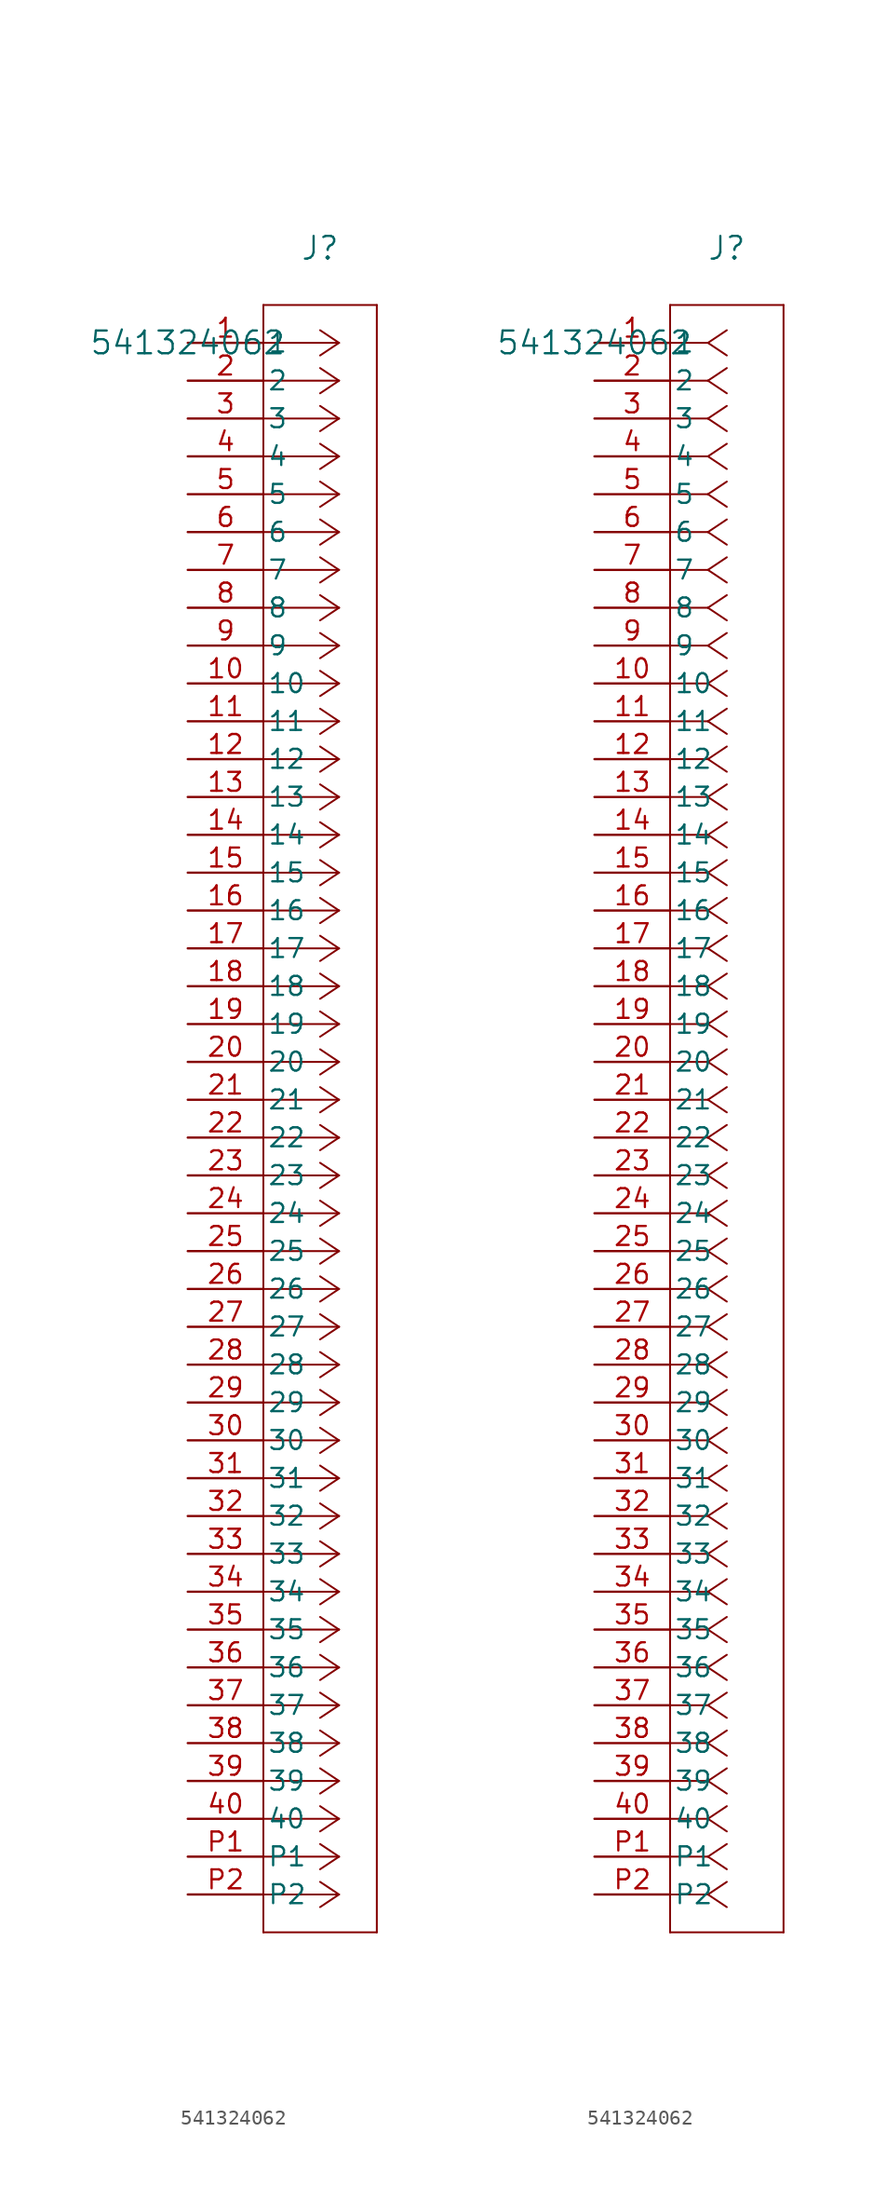
<source format=kicad_sym>
(kicad_symbol_lib
  (version 20231120)
  (generator "kicad_symbol_editor")
  (generator_version "8.0")
  (symbol "541324062"
    (pin_names
      (offset 0.254))
    (property "Reference" "J"
      (at 8.89 6.35 0)
      (effects (font (size 1.524 1.524))))
    (property "Value" "541324062"
      (at 0 0 0)
      (effects (font (size 1.524 1.524))))
    (symbol "541324062_1_1"
      (polyline (pts (xy 5.08 -106.68) (xy 12.7 -106.68)) (stroke (width 0.127) (type default)) (fill (type none)))
      (polyline (pts (xy 5.08 2.54) (xy 5.08 -106.68)) (stroke (width 0.127) (type default)) (fill (type none)))
      (polyline (pts (xy 10.16 -104.14) (xy 5.08 -104.14)) (stroke (width 0.127) (type default)) (fill (type none)))
      (polyline (pts (xy 10.16 -104.14) (xy 8.89 -104.987)) (stroke (width 0.127) (type default)) (fill (type none)))
      (polyline (pts (xy 10.16 -104.14) (xy 8.89 -103.293)) (stroke (width 0.127) (type default)) (fill (type none)))
      (polyline (pts (xy 10.16 -101.6) (xy 5.08 -101.6)) (stroke (width 0.127) (type default)) (fill (type none)))
      (polyline (pts (xy 10.16 -101.6) (xy 8.89 -102.447)) (stroke (width 0.127) (type default)) (fill (type none)))
      (polyline (pts (xy 10.16 -101.6) (xy 8.89 -100.753)) (stroke (width 0.127) (type default)) (fill (type none)))
      (polyline (pts (xy 10.16 -99.06) (xy 5.08 -99.06)) (stroke (width 0.127) (type default)) (fill (type none)))
      (polyline (pts (xy 10.16 -99.06) (xy 8.89 -99.907)) (stroke (width 0.127) (type default)) (fill (type none)))
      (polyline (pts (xy 10.16 -99.06) (xy 8.89 -98.213)) (stroke (width 0.127) (type default)) (fill (type none)))
      (polyline (pts (xy 10.16 -96.52) (xy 5.08 -96.52)) (stroke (width 0.127) (type default)) (fill (type none)))
      (polyline (pts (xy 10.16 -96.52) (xy 8.89 -97.367)) (stroke (width 0.127) (type default)) (fill (type none)))
      (polyline (pts (xy 10.16 -96.52) (xy 8.89 -95.673)) (stroke (width 0.127) (type default)) (fill (type none)))
      (polyline (pts (xy 10.16 -93.98) (xy 5.08 -93.98)) (stroke (width 0.127) (type default)) (fill (type none)))
      (polyline (pts (xy 10.16 -93.98) (xy 8.89 -94.827)) (stroke (width 0.127) (type default)) (fill (type none)))
      (polyline (pts (xy 10.16 -93.98) (xy 8.89 -93.133)) (stroke (width 0.127) (type default)) (fill (type none)))
      (polyline (pts (xy 10.16 -91.44) (xy 5.08 -91.44)) (stroke (width 0.127) (type default)) (fill (type none)))
      (polyline (pts (xy 10.16 -91.44) (xy 8.89 -92.287)) (stroke (width 0.127) (type default)) (fill (type none)))
      (polyline (pts (xy 10.16 -91.44) (xy 8.89 -90.593)) (stroke (width 0.127) (type default)) (fill (type none)))
      (polyline (pts (xy 10.16 -88.9) (xy 5.08 -88.9)) (stroke (width 0.127) (type default)) (fill (type none)))
      (polyline (pts (xy 10.16 -88.9) (xy 8.89 -89.747)) (stroke (width 0.127) (type default)) (fill (type none)))
      (polyline (pts (xy 10.16 -88.9) (xy 8.89 -88.053)) (stroke (width 0.127) (type default)) (fill (type none)))
      (polyline (pts (xy 10.16 -86.36) (xy 5.08 -86.36)) (stroke (width 0.127) (type default)) (fill (type none)))
      (polyline (pts (xy 10.16 -86.36) (xy 8.89 -87.207)) (stroke (width 0.127) (type default)) (fill (type none)))
      (polyline (pts (xy 10.16 -86.36) (xy 8.89 -85.513)) (stroke (width 0.127) (type default)) (fill (type none)))
      (polyline (pts (xy 10.16 -83.82) (xy 5.08 -83.82)) (stroke (width 0.127) (type default)) (fill (type none)))
      (polyline (pts (xy 10.16 -83.82) (xy 8.89 -84.667)) (stroke (width 0.127) (type default)) (fill (type none)))
      (polyline (pts (xy 10.16 -83.82) (xy 8.89 -82.973)) (stroke (width 0.127) (type default)) (fill (type none)))
      (polyline (pts (xy 10.16 -81.28) (xy 5.08 -81.28)) (stroke (width 0.127) (type default)) (fill (type none)))
      (polyline (pts (xy 10.16 -81.28) (xy 8.89 -82.127)) (stroke (width 0.127) (type default)) (fill (type none)))
      (polyline (pts (xy 10.16 -81.28) (xy 8.89 -80.433)) (stroke (width 0.127) (type default)) (fill (type none)))
      (polyline (pts (xy 10.16 -78.74) (xy 5.08 -78.74)) (stroke (width 0.127) (type default)) (fill (type none)))
      (polyline (pts (xy 10.16 -78.74) (xy 8.89 -79.587)) (stroke (width 0.127) (type default)) (fill (type none)))
      (polyline (pts (xy 10.16 -78.74) (xy 8.89 -77.893)) (stroke (width 0.127) (type default)) (fill (type none)))
      (polyline (pts (xy 10.16 -76.2) (xy 5.08 -76.2)) (stroke (width 0.127) (type default)) (fill (type none)))
      (polyline (pts (xy 10.16 -76.2) (xy 8.89 -77.047)) (stroke (width 0.127) (type default)) (fill (type none)))
      (polyline (pts (xy 10.16 -76.2) (xy 8.89 -75.353)) (stroke (width 0.127) (type default)) (fill (type none)))
      (polyline (pts (xy 10.16 -73.66) (xy 5.08 -73.66)) (stroke (width 0.127) (type default)) (fill (type none)))
      (polyline (pts (xy 10.16 -73.66) (xy 8.89 -74.507)) (stroke (width 0.127) (type default)) (fill (type none)))
      (polyline (pts (xy 10.16 -73.66) (xy 8.89 -72.813)) (stroke (width 0.127) (type default)) (fill (type none)))
      (polyline (pts (xy 10.16 -71.12) (xy 5.08 -71.12)) (stroke (width 0.127) (type default)) (fill (type none)))
      (polyline (pts (xy 10.16 -71.12) (xy 8.89 -71.967)) (stroke (width 0.127) (type default)) (fill (type none)))
      (polyline (pts (xy 10.16 -71.12) (xy 8.89 -70.273)) (stroke (width 0.127) (type default)) (fill (type none)))
      (polyline (pts (xy 10.16 -68.58) (xy 5.08 -68.58)) (stroke (width 0.127) (type default)) (fill (type none)))
      (polyline (pts (xy 10.16 -68.58) (xy 8.89 -69.427)) (stroke (width 0.127) (type default)) (fill (type none)))
      (polyline (pts (xy 10.16 -68.58) (xy 8.89 -67.733)) (stroke (width 0.127) (type default)) (fill (type none)))
      (polyline (pts (xy 10.16 -66.04) (xy 5.08 -66.04)) (stroke (width 0.127) (type default)) (fill (type none)))
      (polyline (pts (xy 10.16 -66.04) (xy 8.89 -66.887)) (stroke (width 0.127) (type default)) (fill (type none)))
      (polyline (pts (xy 10.16 -66.04) (xy 8.89 -65.193)) (stroke (width 0.127) (type default)) (fill (type none)))
      (polyline (pts (xy 10.16 -63.5) (xy 5.08 -63.5)) (stroke (width 0.127) (type default)) (fill (type none)))
      (polyline (pts (xy 10.16 -63.5) (xy 8.89 -64.347)) (stroke (width 0.127) (type default)) (fill (type none)))
      (polyline (pts (xy 10.16 -63.5) (xy 8.89 -62.653)) (stroke (width 0.127) (type default)) (fill (type none)))
      (polyline (pts (xy 10.16 -60.96) (xy 5.08 -60.96)) (stroke (width 0.127) (type default)) (fill (type none)))
      (polyline (pts (xy 10.16 -60.96) (xy 8.89 -61.807)) (stroke (width 0.127) (type default)) (fill (type none)))
      (polyline (pts (xy 10.16 -60.96) (xy 8.89 -60.113)) (stroke (width 0.127) (type default)) (fill (type none)))
      (polyline (pts (xy 10.16 -58.42) (xy 5.08 -58.42)) (stroke (width 0.127) (type default)) (fill (type none)))
      (polyline (pts (xy 10.16 -58.42) (xy 8.89 -59.267)) (stroke (width 0.127) (type default)) (fill (type none)))
      (polyline (pts (xy 10.16 -58.42) (xy 8.89 -57.573)) (stroke (width 0.127) (type default)) (fill (type none)))
      (polyline (pts (xy 10.16 -55.88) (xy 5.08 -55.88)) (stroke (width 0.127) (type default)) (fill (type none)))
      (polyline (pts (xy 10.16 -55.88) (xy 8.89 -56.727)) (stroke (width 0.127) (type default)) (fill (type none)))
      (polyline (pts (xy 10.16 -55.88) (xy 8.89 -55.033)) (stroke (width 0.127) (type default)) (fill (type none)))
      (polyline (pts (xy 10.16 -53.34) (xy 5.08 -53.34)) (stroke (width 0.127) (type default)) (fill (type none)))
      (polyline (pts (xy 10.16 -53.34) (xy 8.89 -54.187)) (stroke (width 0.127) (type default)) (fill (type none)))
      (polyline (pts (xy 10.16 -53.34) (xy 8.89 -52.493)) (stroke (width 0.127) (type default)) (fill (type none)))
      (polyline (pts (xy 10.16 -50.8) (xy 5.08 -50.8)) (stroke (width 0.127) (type default)) (fill (type none)))
      (polyline (pts (xy 10.16 -50.8) (xy 8.89 -51.647)) (stroke (width 0.127) (type default)) (fill (type none)))
      (polyline (pts (xy 10.16 -50.8) (xy 8.89 -49.953)) (stroke (width 0.127) (type default)) (fill (type none)))
      (polyline (pts (xy 10.16 -48.26) (xy 5.08 -48.26)) (stroke (width 0.127) (type default)) (fill (type none)))
      (polyline (pts (xy 10.16 -48.26) (xy 8.89 -49.107)) (stroke (width 0.127) (type default)) (fill (type none)))
      (polyline (pts (xy 10.16 -48.26) (xy 8.89 -47.413)) (stroke (width 0.127) (type default)) (fill (type none)))
      (polyline (pts (xy 10.16 -45.72) (xy 5.08 -45.72)) (stroke (width 0.127) (type default)) (fill (type none)))
      (polyline (pts (xy 10.16 -45.72) (xy 8.89 -46.567)) (stroke (width 0.127) (type default)) (fill (type none)))
      (polyline (pts (xy 10.16 -45.72) (xy 8.89 -44.873)) (stroke (width 0.127) (type default)) (fill (type none)))
      (polyline (pts (xy 10.16 -43.18) (xy 5.08 -43.18)) (stroke (width 0.127) (type default)) (fill (type none)))
      (polyline (pts (xy 10.16 -43.18) (xy 8.89 -44.027)) (stroke (width 0.127) (type default)) (fill (type none)))
      (polyline (pts (xy 10.16 -43.18) (xy 8.89 -42.333)) (stroke (width 0.127) (type default)) (fill (type none)))
      (polyline (pts (xy 10.16 -40.64) (xy 5.08 -40.64)) (stroke (width 0.127) (type default)) (fill (type none)))
      (polyline (pts (xy 10.16 -40.64) (xy 8.89 -41.487)) (stroke (width 0.127) (type default)) (fill (type none)))
      (polyline (pts (xy 10.16 -40.64) (xy 8.89 -39.793)) (stroke (width 0.127) (type default)) (fill (type none)))
      (polyline (pts (xy 10.16 -38.1) (xy 5.08 -38.1)) (stroke (width 0.127) (type default)) (fill (type none)))
      (polyline (pts (xy 10.16 -38.1) (xy 8.89 -38.947)) (stroke (width 0.127) (type default)) (fill (type none)))
      (polyline (pts (xy 10.16 -38.1) (xy 8.89 -37.253)) (stroke (width 0.127) (type default)) (fill (type none)))
      (polyline (pts (xy 10.16 -35.56) (xy 5.08 -35.56)) (stroke (width 0.127) (type default)) (fill (type none)))
      (polyline (pts (xy 10.16 -35.56) (xy 8.89 -36.407)) (stroke (width 0.127) (type default)) (fill (type none)))
      (polyline (pts (xy 10.16 -35.56) (xy 8.89 -34.713)) (stroke (width 0.127) (type default)) (fill (type none)))
      (polyline (pts (xy 10.16 -33.02) (xy 5.08 -33.02)) (stroke (width 0.127) (type default)) (fill (type none)))
      (polyline (pts (xy 10.16 -33.02) (xy 8.89 -33.867)) (stroke (width 0.127) (type default)) (fill (type none)))
      (polyline (pts (xy 10.16 -33.02) (xy 8.89 -32.173)) (stroke (width 0.127) (type default)) (fill (type none)))
      (polyline (pts (xy 10.16 -30.48) (xy 5.08 -30.48)) (stroke (width 0.127) (type default)) (fill (type none)))
      (polyline (pts (xy 10.16 -30.48) (xy 8.89 -31.327)) (stroke (width 0.127) (type default)) (fill (type none)))
      (polyline (pts (xy 10.16 -30.48) (xy 8.89 -29.633)) (stroke (width 0.127) (type default)) (fill (type none)))
      (polyline (pts (xy 10.16 -27.94) (xy 5.08 -27.94)) (stroke (width 0.127) (type default)) (fill (type none)))
      (polyline (pts (xy 10.16 -27.94) (xy 8.89 -28.787)) (stroke (width 0.127) (type default)) (fill (type none)))
      (polyline (pts (xy 10.16 -27.94) (xy 8.89 -27.093)) (stroke (width 0.127) (type default)) (fill (type none)))
      (polyline (pts (xy 10.16 -25.4) (xy 5.08 -25.4)) (stroke (width 0.127) (type default)) (fill (type none)))
      (polyline (pts (xy 10.16 -25.4) (xy 8.89 -26.247)) (stroke (width 0.127) (type default)) (fill (type none)))
      (polyline (pts (xy 10.16 -25.4) (xy 8.89 -24.553)) (stroke (width 0.127) (type default)) (fill (type none)))
      (polyline (pts (xy 10.16 -22.86) (xy 5.08 -22.86)) (stroke (width 0.127) (type default)) (fill (type none)))
      (polyline (pts (xy 10.16 -22.86) (xy 8.89 -23.707)) (stroke (width 0.127) (type default)) (fill (type none)))
      (polyline (pts (xy 10.16 -22.86) (xy 8.89 -22.013)) (stroke (width 0.127) (type default)) (fill (type none)))
      (polyline (pts (xy 10.16 -20.32) (xy 5.08 -20.32)) (stroke (width 0.127) (type default)) (fill (type none)))
      (polyline (pts (xy 10.16 -20.32) (xy 8.89 -21.167)) (stroke (width 0.127) (type default)) (fill (type none)))
      (polyline (pts (xy 10.16 -20.32) (xy 8.89 -19.473)) (stroke (width 0.127) (type default)) (fill (type none)))
      (polyline (pts (xy 10.16 -17.78) (xy 5.08 -17.78)) (stroke (width 0.127) (type default)) (fill (type none)))
      (polyline (pts (xy 10.16 -17.78) (xy 8.89 -18.627)) (stroke (width 0.127) (type default)) (fill (type none)))
      (polyline (pts (xy 10.16 -17.78) (xy 8.89 -16.933)) (stroke (width 0.127) (type default)) (fill (type none)))
      (polyline (pts (xy 10.16 -15.24) (xy 5.08 -15.24)) (stroke (width 0.127) (type default)) (fill (type none)))
      (polyline (pts (xy 10.16 -15.24) (xy 8.89 -16.087)) (stroke (width 0.127) (type default)) (fill (type none)))
      (polyline (pts (xy 10.16 -15.24) (xy 8.89 -14.393)) (stroke (width 0.127) (type default)) (fill (type none)))
      (polyline (pts (xy 10.16 -12.7) (xy 5.08 -12.7)) (stroke (width 0.127) (type default)) (fill (type none)))
      (polyline (pts (xy 10.16 -12.7) (xy 8.89 -13.547)) (stroke (width 0.127) (type default)) (fill (type none)))
      (polyline (pts (xy 10.16 -12.7) (xy 8.89 -11.853)) (stroke (width 0.127) (type default)) (fill (type none)))
      (polyline (pts (xy 10.16 -10.16) (xy 5.08 -10.16)) (stroke (width 0.127) (type default)) (fill (type none)))
      (polyline (pts (xy 10.16 -10.16) (xy 8.89 -11.007)) (stroke (width 0.127) (type default)) (fill (type none)))
      (polyline (pts (xy 10.16 -10.16) (xy 8.89 -9.313)) (stroke (width 0.127) (type default)) (fill (type none)))
      (polyline (pts (xy 10.16 -7.62) (xy 5.08 -7.62)) (stroke (width 0.127) (type default)) (fill (type none)))
      (polyline (pts (xy 10.16 -7.62) (xy 8.89 -8.467)) (stroke (width 0.127) (type default)) (fill (type none)))
      (polyline (pts (xy 10.16 -7.62) (xy 8.89 -6.773)) (stroke (width 0.127) (type default)) (fill (type none)))
      (polyline (pts (xy 10.16 -5.08) (xy 5.08 -5.08)) (stroke (width 0.127) (type default)) (fill (type none)))
      (polyline (pts (xy 10.16 -5.08) (xy 8.89 -5.927)) (stroke (width 0.127) (type default)) (fill (type none)))
      (polyline (pts (xy 10.16 -5.08) (xy 8.89 -4.233)) (stroke (width 0.127) (type default)) (fill (type none)))
      (polyline (pts (xy 10.16 -2.54) (xy 5.08 -2.54)) (stroke (width 0.127) (type default)) (fill (type none)))
      (polyline (pts (xy 10.16 -2.54) (xy 8.89 -3.387)) (stroke (width 0.127) (type default)) (fill (type none)))
      (polyline (pts (xy 10.16 -2.54) (xy 8.89 -1.693)) (stroke (width 0.127) (type default)) (fill (type none)))
      (polyline (pts (xy 10.16 0) (xy 5.08 0)) (stroke (width 0.127) (type default)) (fill (type none)))
      (polyline (pts (xy 10.16 0) (xy 8.89 -0.847)) (stroke (width 0.127) (type default)) (fill (type none)))
      (polyline (pts (xy 10.16 0) (xy 8.89 0.847)) (stroke (width 0.127) (type default)) (fill (type none)))
      (polyline (pts (xy 12.7 -106.68) (xy 12.7 2.54)) (stroke (width 0.127) (type default)) (fill (type none)))
      (polyline (pts (xy 12.7 2.54) (xy 5.08 2.54)) (stroke (width 0.127) (type default)) (fill (type none)))
      (pin unspecified line (at 0 0 0) (length 5.08) (name "1" (effects (font (size 1.27 1.27)))) (number "1" (effects (font (size 1.27 1.27)))))
      (pin unspecified line (at 0 -22.86 0) (length 5.08) (name "10" (effects (font (size 1.27 1.27)))) (number "10" (effects (font (size 1.27 1.27)))))
      (pin unspecified line (at 0 -25.4 0) (length 5.08) (name "11" (effects (font (size 1.27 1.27)))) (number "11" (effects (font (size 1.27 1.27)))))
      (pin unspecified line (at 0 -27.94 0) (length 5.08) (name "12" (effects (font (size 1.27 1.27)))) (number "12" (effects (font (size 1.27 1.27)))))
      (pin unspecified line (at 0 -30.48 0) (length 5.08) (name "13" (effects (font (size 1.27 1.27)))) (number "13" (effects (font (size 1.27 1.27)))))
      (pin unspecified line (at 0 -33.02 0) (length 5.08) (name "14" (effects (font (size 1.27 1.27)))) (number "14" (effects (font (size 1.27 1.27)))))
      (pin unspecified line (at 0 -35.56 0) (length 5.08) (name "15" (effects (font (size 1.27 1.27)))) (number "15" (effects (font (size 1.27 1.27)))))
      (pin unspecified line (at 0 -38.1 0) (length 5.08) (name "16" (effects (font (size 1.27 1.27)))) (number "16" (effects (font (size 1.27 1.27)))))
      (pin unspecified line (at 0 -40.64 0) (length 5.08) (name "17" (effects (font (size 1.27 1.27)))) (number "17" (effects (font (size 1.27 1.27)))))
      (pin unspecified line (at 0 -43.18 0) (length 5.08) (name "18" (effects (font (size 1.27 1.27)))) (number "18" (effects (font (size 1.27 1.27)))))
      (pin unspecified line (at 0 -45.72 0) (length 5.08) (name "19" (effects (font (size 1.27 1.27)))) (number "19" (effects (font (size 1.27 1.27)))))
      (pin unspecified line (at 0 -2.54 0) (length 5.08) (name "2" (effects (font (size 1.27 1.27)))) (number "2" (effects (font (size 1.27 1.27)))))
      (pin unspecified line (at 0 -48.26 0) (length 5.08) (name "20" (effects (font (size 1.27 1.27)))) (number "20" (effects (font (size 1.27 1.27)))))
      (pin unspecified line (at 0 -50.8 0) (length 5.08) (name "21" (effects (font (size 1.27 1.27)))) (number "21" (effects (font (size 1.27 1.27)))))
      (pin unspecified line (at 0 -53.34 0) (length 5.08) (name "22" (effects (font (size 1.27 1.27)))) (number "22" (effects (font (size 1.27 1.27)))))
      (pin unspecified line (at 0 -55.88 0) (length 5.08) (name "23" (effects (font (size 1.27 1.27)))) (number "23" (effects (font (size 1.27 1.27)))))
      (pin unspecified line (at 0 -58.42 0) (length 5.08) (name "24" (effects (font (size 1.27 1.27)))) (number "24" (effects (font (size 1.27 1.27)))))
      (pin unspecified line (at 0 -60.96 0) (length 5.08) (name "25" (effects (font (size 1.27 1.27)))) (number "25" (effects (font (size 1.27 1.27)))))
      (pin unspecified line (at 0 -63.5 0) (length 5.08) (name "26" (effects (font (size 1.27 1.27)))) (number "26" (effects (font (size 1.27 1.27)))))
      (pin unspecified line (at 0 -66.04 0) (length 5.08) (name "27" (effects (font (size 1.27 1.27)))) (number "27" (effects (font (size 1.27 1.27)))))
      (pin unspecified line (at 0 -68.58 0) (length 5.08) (name "28" (effects (font (size 1.27 1.27)))) (number "28" (effects (font (size 1.27 1.27)))))
      (pin unspecified line (at 0 -71.12 0) (length 5.08) (name "29" (effects (font (size 1.27 1.27)))) (number "29" (effects (font (size 1.27 1.27)))))
      (pin unspecified line (at 0 -5.08 0) (length 5.08) (name "3" (effects (font (size 1.27 1.27)))) (number "3" (effects (font (size 1.27 1.27)))))
      (pin unspecified line (at 0 -73.66 0) (length 5.08) (name "30" (effects (font (size 1.27 1.27)))) (number "30" (effects (font (size 1.27 1.27)))))
      (pin unspecified line (at 0 -76.2 0) (length 5.08) (name "31" (effects (font (size 1.27 1.27)))) (number "31" (effects (font (size 1.27 1.27)))))
      (pin unspecified line (at 0 -78.74 0) (length 5.08) (name "32" (effects (font (size 1.27 1.27)))) (number "32" (effects (font (size 1.27 1.27)))))
      (pin unspecified line (at 0 -81.28 0) (length 5.08) (name "33" (effects (font (size 1.27 1.27)))) (number "33" (effects (font (size 1.27 1.27)))))
      (pin unspecified line (at 0 -83.82 0) (length 5.08) (name "34" (effects (font (size 1.27 1.27)))) (number "34" (effects (font (size 1.27 1.27)))))
      (pin unspecified line (at 0 -86.36 0) (length 5.08) (name "35" (effects (font (size 1.27 1.27)))) (number "35" (effects (font (size 1.27 1.27)))))
      (pin unspecified line (at 0 -88.9 0) (length 5.08) (name "36" (effects (font (size 1.27 1.27)))) (number "36" (effects (font (size 1.27 1.27)))))
      (pin unspecified line (at 0 -91.44 0) (length 5.08) (name "37" (effects (font (size 1.27 1.27)))) (number "37" (effects (font (size 1.27 1.27)))))
      (pin unspecified line (at 0 -93.98 0) (length 5.08) (name "38" (effects (font (size 1.27 1.27)))) (number "38" (effects (font (size 1.27 1.27)))))
      (pin unspecified line (at 0 -96.52 0) (length 5.08) (name "39" (effects (font (size 1.27 1.27)))) (number "39" (effects (font (size 1.27 1.27)))))
      (pin unspecified line (at 0 -7.62 0) (length 5.08) (name "4" (effects (font (size 1.27 1.27)))) (number "4" (effects (font (size 1.27 1.27)))))
      (pin unspecified line (at 0 -99.06 0) (length 5.08) (name "40" (effects (font (size 1.27 1.27)))) (number "40" (effects (font (size 1.27 1.27)))))
      (pin unspecified line (at 0 -10.16 0) (length 5.08) (name "5" (effects (font (size 1.27 1.27)))) (number "5" (effects (font (size 1.27 1.27)))))
      (pin unspecified line (at 0 -12.7 0) (length 5.08) (name "6" (effects (font (size 1.27 1.27)))) (number "6" (effects (font (size 1.27 1.27)))))
      (pin unspecified line (at 0 -15.24 0) (length 5.08) (name "7" (effects (font (size 1.27 1.27)))) (number "7" (effects (font (size 1.27 1.27)))))
      (pin unspecified line (at 0 -17.78 0) (length 5.08) (name "8" (effects (font (size 1.27 1.27)))) (number "8" (effects (font (size 1.27 1.27)))))
      (pin unspecified line (at 0 -20.32 0) (length 5.08) (name "9" (effects (font (size 1.27 1.27)))) (number "9" (effects (font (size 1.27 1.27)))))
      (pin unspecified line (at 0 -101.6 0) (length 5.08) (name "P1" (effects (font (size 1.27 1.27)))) (number "P1" (effects (font (size 1.27 1.27)))))
      (pin unspecified line (at 0 -104.14 0) (length 5.08) (name "P2" (effects (font (size 1.27 1.27)))) (number "P2" (effects (font (size 1.27 1.27))))))
    (symbol "541324062_1_2"
      (polyline (pts (xy 5.08 -106.68) (xy 12.7 -106.68)) (stroke (width 0.127) (type default)) (fill (type none)))
      (polyline (pts (xy 5.08 2.54) (xy 5.08 -106.68)) (stroke (width 0.127) (type default)) (fill (type none)))
      (polyline (pts (xy 7.62 -104.14) (xy 5.08 -104.14)) (stroke (width 0.127) (type default)) (fill (type none)))
      (polyline (pts (xy 7.62 -104.14) (xy 8.89 -104.987)) (stroke (width 0.127) (type default)) (fill (type none)))
      (polyline (pts (xy 7.62 -104.14) (xy 8.89 -103.293)) (stroke (width 0.127) (type default)) (fill (type none)))
      (polyline (pts (xy 7.62 -101.6) (xy 5.08 -101.6)) (stroke (width 0.127) (type default)) (fill (type none)))
      (polyline (pts (xy 7.62 -101.6) (xy 8.89 -102.447)) (stroke (width 0.127) (type default)) (fill (type none)))
      (polyline (pts (xy 7.62 -101.6) (xy 8.89 -100.753)) (stroke (width 0.127) (type default)) (fill (type none)))
      (polyline (pts (xy 7.62 -99.06) (xy 5.08 -99.06)) (stroke (width 0.127) (type default)) (fill (type none)))
      (polyline (pts (xy 7.62 -99.06) (xy 8.89 -99.907)) (stroke (width 0.127) (type default)) (fill (type none)))
      (polyline (pts (xy 7.62 -99.06) (xy 8.89 -98.213)) (stroke (width 0.127) (type default)) (fill (type none)))
      (polyline (pts (xy 7.62 -96.52) (xy 5.08 -96.52)) (stroke (width 0.127) (type default)) (fill (type none)))
      (polyline (pts (xy 7.62 -96.52) (xy 8.89 -97.367)) (stroke (width 0.127) (type default)) (fill (type none)))
      (polyline (pts (xy 7.62 -96.52) (xy 8.89 -95.673)) (stroke (width 0.127) (type default)) (fill (type none)))
      (polyline (pts (xy 7.62 -93.98) (xy 5.08 -93.98)) (stroke (width 0.127) (type default)) (fill (type none)))
      (polyline (pts (xy 7.62 -93.98) (xy 8.89 -94.827)) (stroke (width 0.127) (type default)) (fill (type none)))
      (polyline (pts (xy 7.62 -93.98) (xy 8.89 -93.133)) (stroke (width 0.127) (type default)) (fill (type none)))
      (polyline (pts (xy 7.62 -91.44) (xy 5.08 -91.44)) (stroke (width 0.127) (type default)) (fill (type none)))
      (polyline (pts (xy 7.62 -91.44) (xy 8.89 -92.287)) (stroke (width 0.127) (type default)) (fill (type none)))
      (polyline (pts (xy 7.62 -91.44) (xy 8.89 -90.593)) (stroke (width 0.127) (type default)) (fill (type none)))
      (polyline (pts (xy 7.62 -88.9) (xy 5.08 -88.9)) (stroke (width 0.127) (type default)) (fill (type none)))
      (polyline (pts (xy 7.62 -88.9) (xy 8.89 -89.747)) (stroke (width 0.127) (type default)) (fill (type none)))
      (polyline (pts (xy 7.62 -88.9) (xy 8.89 -88.053)) (stroke (width 0.127) (type default)) (fill (type none)))
      (polyline (pts (xy 7.62 -86.36) (xy 5.08 -86.36)) (stroke (width 0.127) (type default)) (fill (type none)))
      (polyline (pts (xy 7.62 -86.36) (xy 8.89 -87.207)) (stroke (width 0.127) (type default)) (fill (type none)))
      (polyline (pts (xy 7.62 -86.36) (xy 8.89 -85.513)) (stroke (width 0.127) (type default)) (fill (type none)))
      (polyline (pts (xy 7.62 -83.82) (xy 5.08 -83.82)) (stroke (width 0.127) (type default)) (fill (type none)))
      (polyline (pts (xy 7.62 -83.82) (xy 8.89 -84.667)) (stroke (width 0.127) (type default)) (fill (type none)))
      (polyline (pts (xy 7.62 -83.82) (xy 8.89 -82.973)) (stroke (width 0.127) (type default)) (fill (type none)))
      (polyline (pts (xy 7.62 -81.28) (xy 5.08 -81.28)) (stroke (width 0.127) (type default)) (fill (type none)))
      (polyline (pts (xy 7.62 -81.28) (xy 8.89 -82.127)) (stroke (width 0.127) (type default)) (fill (type none)))
      (polyline (pts (xy 7.62 -81.28) (xy 8.89 -80.433)) (stroke (width 0.127) (type default)) (fill (type none)))
      (polyline (pts (xy 7.62 -78.74) (xy 5.08 -78.74)) (stroke (width 0.127) (type default)) (fill (type none)))
      (polyline (pts (xy 7.62 -78.74) (xy 8.89 -79.587)) (stroke (width 0.127) (type default)) (fill (type none)))
      (polyline (pts (xy 7.62 -78.74) (xy 8.89 -77.893)) (stroke (width 0.127) (type default)) (fill (type none)))
      (polyline (pts (xy 7.62 -76.2) (xy 5.08 -76.2)) (stroke (width 0.127) (type default)) (fill (type none)))
      (polyline (pts (xy 7.62 -76.2) (xy 8.89 -77.047)) (stroke (width 0.127) (type default)) (fill (type none)))
      (polyline (pts (xy 7.62 -76.2) (xy 8.89 -75.353)) (stroke (width 0.127) (type default)) (fill (type none)))
      (polyline (pts (xy 7.62 -73.66) (xy 5.08 -73.66)) (stroke (width 0.127) (type default)) (fill (type none)))
      (polyline (pts (xy 7.62 -73.66) (xy 8.89 -74.507)) (stroke (width 0.127) (type default)) (fill (type none)))
      (polyline (pts (xy 7.62 -73.66) (xy 8.89 -72.813)) (stroke (width 0.127) (type default)) (fill (type none)))
      (polyline (pts (xy 7.62 -71.12) (xy 5.08 -71.12)) (stroke (width 0.127) (type default)) (fill (type none)))
      (polyline (pts (xy 7.62 -71.12) (xy 8.89 -71.967)) (stroke (width 0.127) (type default)) (fill (type none)))
      (polyline (pts (xy 7.62 -71.12) (xy 8.89 -70.273)) (stroke (width 0.127) (type default)) (fill (type none)))
      (polyline (pts (xy 7.62 -68.58) (xy 5.08 -68.58)) (stroke (width 0.127) (type default)) (fill (type none)))
      (polyline (pts (xy 7.62 -68.58) (xy 8.89 -69.427)) (stroke (width 0.127) (type default)) (fill (type none)))
      (polyline (pts (xy 7.62 -68.58) (xy 8.89 -67.733)) (stroke (width 0.127) (type default)) (fill (type none)))
      (polyline (pts (xy 7.62 -66.04) (xy 5.08 -66.04)) (stroke (width 0.127) (type default)) (fill (type none)))
      (polyline (pts (xy 7.62 -66.04) (xy 8.89 -66.887)) (stroke (width 0.127) (type default)) (fill (type none)))
      (polyline (pts (xy 7.62 -66.04) (xy 8.89 -65.193)) (stroke (width 0.127) (type default)) (fill (type none)))
      (polyline (pts (xy 7.62 -63.5) (xy 5.08 -63.5)) (stroke (width 0.127) (type default)) (fill (type none)))
      (polyline (pts (xy 7.62 -63.5) (xy 8.89 -64.347)) (stroke (width 0.127) (type default)) (fill (type none)))
      (polyline (pts (xy 7.62 -63.5) (xy 8.89 -62.653)) (stroke (width 0.127) (type default)) (fill (type none)))
      (polyline (pts (xy 7.62 -60.96) (xy 5.08 -60.96)) (stroke (width 0.127) (type default)) (fill (type none)))
      (polyline (pts (xy 7.62 -60.96) (xy 8.89 -61.807)) (stroke (width 0.127) (type default)) (fill (type none)))
      (polyline (pts (xy 7.62 -60.96) (xy 8.89 -60.113)) (stroke (width 0.127) (type default)) (fill (type none)))
      (polyline (pts (xy 7.62 -58.42) (xy 5.08 -58.42)) (stroke (width 0.127) (type default)) (fill (type none)))
      (polyline (pts (xy 7.62 -58.42) (xy 8.89 -59.267)) (stroke (width 0.127) (type default)) (fill (type none)))
      (polyline (pts (xy 7.62 -58.42) (xy 8.89 -57.573)) (stroke (width 0.127) (type default)) (fill (type none)))
      (polyline (pts (xy 7.62 -55.88) (xy 5.08 -55.88)) (stroke (width 0.127) (type default)) (fill (type none)))
      (polyline (pts (xy 7.62 -55.88) (xy 8.89 -56.727)) (stroke (width 0.127) (type default)) (fill (type none)))
      (polyline (pts (xy 7.62 -55.88) (xy 8.89 -55.033)) (stroke (width 0.127) (type default)) (fill (type none)))
      (polyline (pts (xy 7.62 -53.34) (xy 5.08 -53.34)) (stroke (width 0.127) (type default)) (fill (type none)))
      (polyline (pts (xy 7.62 -53.34) (xy 8.89 -54.187)) (stroke (width 0.127) (type default)) (fill (type none)))
      (polyline (pts (xy 7.62 -53.34) (xy 8.89 -52.493)) (stroke (width 0.127) (type default)) (fill (type none)))
      (polyline (pts (xy 7.62 -50.8) (xy 5.08 -50.8)) (stroke (width 0.127) (type default)) (fill (type none)))
      (polyline (pts (xy 7.62 -50.8) (xy 8.89 -51.647)) (stroke (width 0.127) (type default)) (fill (type none)))
      (polyline (pts (xy 7.62 -50.8) (xy 8.89 -49.953)) (stroke (width 0.127) (type default)) (fill (type none)))
      (polyline (pts (xy 7.62 -48.26) (xy 5.08 -48.26)) (stroke (width 0.127) (type default)) (fill (type none)))
      (polyline (pts (xy 7.62 -48.26) (xy 8.89 -49.107)) (stroke (width 0.127) (type default)) (fill (type none)))
      (polyline (pts (xy 7.62 -48.26) (xy 8.89 -47.413)) (stroke (width 0.127) (type default)) (fill (type none)))
      (polyline (pts (xy 7.62 -45.72) (xy 5.08 -45.72)) (stroke (width 0.127) (type default)) (fill (type none)))
      (polyline (pts (xy 7.62 -45.72) (xy 8.89 -46.567)) (stroke (width 0.127) (type default)) (fill (type none)))
      (polyline (pts (xy 7.62 -45.72) (xy 8.89 -44.873)) (stroke (width 0.127) (type default)) (fill (type none)))
      (polyline (pts (xy 7.62 -43.18) (xy 5.08 -43.18)) (stroke (width 0.127) (type default)) (fill (type none)))
      (polyline (pts (xy 7.62 -43.18) (xy 8.89 -44.027)) (stroke (width 0.127) (type default)) (fill (type none)))
      (polyline (pts (xy 7.62 -43.18) (xy 8.89 -42.333)) (stroke (width 0.127) (type default)) (fill (type none)))
      (polyline (pts (xy 7.62 -40.64) (xy 5.08 -40.64)) (stroke (width 0.127) (type default)) (fill (type none)))
      (polyline (pts (xy 7.62 -40.64) (xy 8.89 -41.487)) (stroke (width 0.127) (type default)) (fill (type none)))
      (polyline (pts (xy 7.62 -40.64) (xy 8.89 -39.793)) (stroke (width 0.127) (type default)) (fill (type none)))
      (polyline (pts (xy 7.62 -38.1) (xy 5.08 -38.1)) (stroke (width 0.127) (type default)) (fill (type none)))
      (polyline (pts (xy 7.62 -38.1) (xy 8.89 -38.947)) (stroke (width 0.127) (type default)) (fill (type none)))
      (polyline (pts (xy 7.62 -38.1) (xy 8.89 -37.253)) (stroke (width 0.127) (type default)) (fill (type none)))
      (polyline (pts (xy 7.62 -35.56) (xy 5.08 -35.56)) (stroke (width 0.127) (type default)) (fill (type none)))
      (polyline (pts (xy 7.62 -35.56) (xy 8.89 -36.407)) (stroke (width 0.127) (type default)) (fill (type none)))
      (polyline (pts (xy 7.62 -35.56) (xy 8.89 -34.713)) (stroke (width 0.127) (type default)) (fill (type none)))
      (polyline (pts (xy 7.62 -33.02) (xy 5.08 -33.02)) (stroke (width 0.127) (type default)) (fill (type none)))
      (polyline (pts (xy 7.62 -33.02) (xy 8.89 -33.867)) (stroke (width 0.127) (type default)) (fill (type none)))
      (polyline (pts (xy 7.62 -33.02) (xy 8.89 -32.173)) (stroke (width 0.127) (type default)) (fill (type none)))
      (polyline (pts (xy 7.62 -30.48) (xy 5.08 -30.48)) (stroke (width 0.127) (type default)) (fill (type none)))
      (polyline (pts (xy 7.62 -30.48) (xy 8.89 -31.327)) (stroke (width 0.127) (type default)) (fill (type none)))
      (polyline (pts (xy 7.62 -30.48) (xy 8.89 -29.633)) (stroke (width 0.127) (type default)) (fill (type none)))
      (polyline (pts (xy 7.62 -27.94) (xy 5.08 -27.94)) (stroke (width 0.127) (type default)) (fill (type none)))
      (polyline (pts (xy 7.62 -27.94) (xy 8.89 -28.787)) (stroke (width 0.127) (type default)) (fill (type none)))
      (polyline (pts (xy 7.62 -27.94) (xy 8.89 -27.093)) (stroke (width 0.127) (type default)) (fill (type none)))
      (polyline (pts (xy 7.62 -25.4) (xy 5.08 -25.4)) (stroke (width 0.127) (type default)) (fill (type none)))
      (polyline (pts (xy 7.62 -25.4) (xy 8.89 -26.247)) (stroke (width 0.127) (type default)) (fill (type none)))
      (polyline (pts (xy 7.62 -25.4) (xy 8.89 -24.553)) (stroke (width 0.127) (type default)) (fill (type none)))
      (polyline (pts (xy 7.62 -22.86) (xy 5.08 -22.86)) (stroke (width 0.127) (type default)) (fill (type none)))
      (polyline (pts (xy 7.62 -22.86) (xy 8.89 -23.707)) (stroke (width 0.127) (type default)) (fill (type none)))
      (polyline (pts (xy 7.62 -22.86) (xy 8.89 -22.013)) (stroke (width 0.127) (type default)) (fill (type none)))
      (polyline (pts (xy 7.62 -20.32) (xy 5.08 -20.32)) (stroke (width 0.127) (type default)) (fill (type none)))
      (polyline (pts (xy 7.62 -20.32) (xy 8.89 -21.167)) (stroke (width 0.127) (type default)) (fill (type none)))
      (polyline (pts (xy 7.62 -20.32) (xy 8.89 -19.473)) (stroke (width 0.127) (type default)) (fill (type none)))
      (polyline (pts (xy 7.62 -17.78) (xy 5.08 -17.78)) (stroke (width 0.127) (type default)) (fill (type none)))
      (polyline (pts (xy 7.62 -17.78) (xy 8.89 -18.627)) (stroke (width 0.127) (type default)) (fill (type none)))
      (polyline (pts (xy 7.62 -17.78) (xy 8.89 -16.933)) (stroke (width 0.127) (type default)) (fill (type none)))
      (polyline (pts (xy 7.62 -15.24) (xy 5.08 -15.24)) (stroke (width 0.127) (type default)) (fill (type none)))
      (polyline (pts (xy 7.62 -15.24) (xy 8.89 -16.087)) (stroke (width 0.127) (type default)) (fill (type none)))
      (polyline (pts (xy 7.62 -15.24) (xy 8.89 -14.393)) (stroke (width 0.127) (type default)) (fill (type none)))
      (polyline (pts (xy 7.62 -12.7) (xy 5.08 -12.7)) (stroke (width 0.127) (type default)) (fill (type none)))
      (polyline (pts (xy 7.62 -12.7) (xy 8.89 -13.547)) (stroke (width 0.127) (type default)) (fill (type none)))
      (polyline (pts (xy 7.62 -12.7) (xy 8.89 -11.853)) (stroke (width 0.127) (type default)) (fill (type none)))
      (polyline (pts (xy 7.62 -10.16) (xy 5.08 -10.16)) (stroke (width 0.127) (type default)) (fill (type none)))
      (polyline (pts (xy 7.62 -10.16) (xy 8.89 -11.007)) (stroke (width 0.127) (type default)) (fill (type none)))
      (polyline (pts (xy 7.62 -10.16) (xy 8.89 -9.313)) (stroke (width 0.127) (type default)) (fill (type none)))
      (polyline (pts (xy 7.62 -7.62) (xy 5.08 -7.62)) (stroke (width 0.127) (type default)) (fill (type none)))
      (polyline (pts (xy 7.62 -7.62) (xy 8.89 -8.467)) (stroke (width 0.127) (type default)) (fill (type none)))
      (polyline (pts (xy 7.62 -7.62) (xy 8.89 -6.773)) (stroke (width 0.127) (type default)) (fill (type none)))
      (polyline (pts (xy 7.62 -5.08) (xy 5.08 -5.08)) (stroke (width 0.127) (type default)) (fill (type none)))
      (polyline (pts (xy 7.62 -5.08) (xy 8.89 -5.927)) (stroke (width 0.127) (type default)) (fill (type none)))
      (polyline (pts (xy 7.62 -5.08) (xy 8.89 -4.233)) (stroke (width 0.127) (type default)) (fill (type none)))
      (polyline (pts (xy 7.62 -2.54) (xy 5.08 -2.54)) (stroke (width 0.127) (type default)) (fill (type none)))
      (polyline (pts (xy 7.62 -2.54) (xy 8.89 -3.387)) (stroke (width 0.127) (type default)) (fill (type none)))
      (polyline (pts (xy 7.62 -2.54) (xy 8.89 -1.693)) (stroke (width 0.127) (type default)) (fill (type none)))
      (polyline (pts (xy 7.62 0) (xy 5.08 0)) (stroke (width 0.127) (type default)) (fill (type none)))
      (polyline (pts (xy 7.62 0) (xy 8.89 -0.847)) (stroke (width 0.127) (type default)) (fill (type none)))
      (polyline (pts (xy 7.62 0) (xy 8.89 0.847)) (stroke (width 0.127) (type default)) (fill (type none)))
      (polyline (pts (xy 12.7 -106.68) (xy 12.7 2.54)) (stroke (width 0.127) (type default)) (fill (type none)))
      (polyline (pts (xy 12.7 2.54) (xy 5.08 2.54)) (stroke (width 0.127) (type default)) (fill (type none)))
      (pin unspecified line (at 0 0 0) (length 5.08) (name "1" (effects (font (size 1.27 1.27)))) (number "1" (effects (font (size 1.27 1.27)))))
      (pin unspecified line (at 0 -22.86 0) (length 5.08) (name "10" (effects (font (size 1.27 1.27)))) (number "10" (effects (font (size 1.27 1.27)))))
      (pin unspecified line (at 0 -25.4 0) (length 5.08) (name "11" (effects (font (size 1.27 1.27)))) (number "11" (effects (font (size 1.27 1.27)))))
      (pin unspecified line (at 0 -27.94 0) (length 5.08) (name "12" (effects (font (size 1.27 1.27)))) (number "12" (effects (font (size 1.27 1.27)))))
      (pin unspecified line (at 0 -30.48 0) (length 5.08) (name "13" (effects (font (size 1.27 1.27)))) (number "13" (effects (font (size 1.27 1.27)))))
      (pin unspecified line (at 0 -33.02 0) (length 5.08) (name "14" (effects (font (size 1.27 1.27)))) (number "14" (effects (font (size 1.27 1.27)))))
      (pin unspecified line (at 0 -35.56 0) (length 5.08) (name "15" (effects (font (size 1.27 1.27)))) (number "15" (effects (font (size 1.27 1.27)))))
      (pin unspecified line (at 0 -38.1 0) (length 5.08) (name "16" (effects (font (size 1.27 1.27)))) (number "16" (effects (font (size 1.27 1.27)))))
      (pin unspecified line (at 0 -40.64 0) (length 5.08) (name "17" (effects (font (size 1.27 1.27)))) (number "17" (effects (font (size 1.27 1.27)))))
      (pin unspecified line (at 0 -43.18 0) (length 5.08) (name "18" (effects (font (size 1.27 1.27)))) (number "18" (effects (font (size 1.27 1.27)))))
      (pin unspecified line (at 0 -45.72 0) (length 5.08) (name "19" (effects (font (size 1.27 1.27)))) (number "19" (effects (font (size 1.27 1.27)))))
      (pin unspecified line (at 0 -2.54 0) (length 5.08) (name "2" (effects (font (size 1.27 1.27)))) (number "2" (effects (font (size 1.27 1.27)))))
      (pin unspecified line (at 0 -48.26 0) (length 5.08) (name "20" (effects (font (size 1.27 1.27)))) (number "20" (effects (font (size 1.27 1.27)))))
      (pin unspecified line (at 0 -50.8 0) (length 5.08) (name "21" (effects (font (size 1.27 1.27)))) (number "21" (effects (font (size 1.27 1.27)))))
      (pin unspecified line (at 0 -53.34 0) (length 5.08) (name "22" (effects (font (size 1.27 1.27)))) (number "22" (effects (font (size 1.27 1.27)))))
      (pin unspecified line (at 0 -55.88 0) (length 5.08) (name "23" (effects (font (size 1.27 1.27)))) (number "23" (effects (font (size 1.27 1.27)))))
      (pin unspecified line (at 0 -58.42 0) (length 5.08) (name "24" (effects (font (size 1.27 1.27)))) (number "24" (effects (font (size 1.27 1.27)))))
      (pin unspecified line (at 0 -60.96 0) (length 5.08) (name "25" (effects (font (size 1.27 1.27)))) (number "25" (effects (font (size 1.27 1.27)))))
      (pin unspecified line (at 0 -63.5 0) (length 5.08) (name "26" (effects (font (size 1.27 1.27)))) (number "26" (effects (font (size 1.27 1.27)))))
      (pin unspecified line (at 0 -66.04 0) (length 5.08) (name "27" (effects (font (size 1.27 1.27)))) (number "27" (effects (font (size 1.27 1.27)))))
      (pin unspecified line (at 0 -68.58 0) (length 5.08) (name "28" (effects (font (size 1.27 1.27)))) (number "28" (effects (font (size 1.27 1.27)))))
      (pin unspecified line (at 0 -71.12 0) (length 5.08) (name "29" (effects (font (size 1.27 1.27)))) (number "29" (effects (font (size 1.27 1.27)))))
      (pin unspecified line (at 0 -5.08 0) (length 5.08) (name "3" (effects (font (size 1.27 1.27)))) (number "3" (effects (font (size 1.27 1.27)))))
      (pin unspecified line (at 0 -73.66 0) (length 5.08) (name "30" (effects (font (size 1.27 1.27)))) (number "30" (effects (font (size 1.27 1.27)))))
      (pin unspecified line (at 0 -76.2 0) (length 5.08) (name "31" (effects (font (size 1.27 1.27)))) (number "31" (effects (font (size 1.27 1.27)))))
      (pin unspecified line (at 0 -78.74 0) (length 5.08) (name "32" (effects (font (size 1.27 1.27)))) (number "32" (effects (font (size 1.27 1.27)))))
      (pin unspecified line (at 0 -81.28 0) (length 5.08) (name "33" (effects (font (size 1.27 1.27)))) (number "33" (effects (font (size 1.27 1.27)))))
      (pin unspecified line (at 0 -83.82 0) (length 5.08) (name "34" (effects (font (size 1.27 1.27)))) (number "34" (effects (font (size 1.27 1.27)))))
      (pin unspecified line (at 0 -86.36 0) (length 5.08) (name "35" (effects (font (size 1.27 1.27)))) (number "35" (effects (font (size 1.27 1.27)))))
      (pin unspecified line (at 0 -88.9 0) (length 5.08) (name "36" (effects (font (size 1.27 1.27)))) (number "36" (effects (font (size 1.27 1.27)))))
      (pin unspecified line (at 0 -91.44 0) (length 5.08) (name "37" (effects (font (size 1.27 1.27)))) (number "37" (effects (font (size 1.27 1.27)))))
      (pin unspecified line (at 0 -93.98 0) (length 5.08) (name "38" (effects (font (size 1.27 1.27)))) (number "38" (effects (font (size 1.27 1.27)))))
      (pin unspecified line (at 0 -96.52 0) (length 5.08) (name "39" (effects (font (size 1.27 1.27)))) (number "39" (effects (font (size 1.27 1.27)))))
      (pin unspecified line (at 0 -7.62 0) (length 5.08) (name "4" (effects (font (size 1.27 1.27)))) (number "4" (effects (font (size 1.27 1.27)))))
      (pin unspecified line (at 0 -99.06 0) (length 5.08) (name "40" (effects (font (size 1.27 1.27)))) (number "40" (effects (font (size 1.27 1.27)))))
      (pin unspecified line (at 0 -10.16 0) (length 5.08) (name "5" (effects (font (size 1.27 1.27)))) (number "5" (effects (font (size 1.27 1.27)))))
      (pin unspecified line (at 0 -12.7 0) (length 5.08) (name "6" (effects (font (size 1.27 1.27)))) (number "6" (effects (font (size 1.27 1.27)))))
      (pin unspecified line (at 0 -15.24 0) (length 5.08) (name "7" (effects (font (size 1.27 1.27)))) (number "7" (effects (font (size 1.27 1.27)))))
      (pin unspecified line (at 0 -17.78 0) (length 5.08) (name "8" (effects (font (size 1.27 1.27)))) (number "8" (effects (font (size 1.27 1.27)))))
      (pin unspecified line (at 0 -20.32 0) (length 5.08) (name "9" (effects (font (size 1.27 1.27)))) (number "9" (effects (font (size 1.27 1.27)))))
      (pin unspecified line (at 0 -101.6 0) (length 5.08) (name "P1" (effects (font (size 1.27 1.27)))) (number "P1" (effects (font (size 1.27 1.27)))))
      (pin unspecified line (at 0 -104.14 0) (length 5.08) (name "P2" (effects (font (size 1.27 1.27)))) (number "P2" (effects (font (size 1.27 1.27))))))))
</source>
